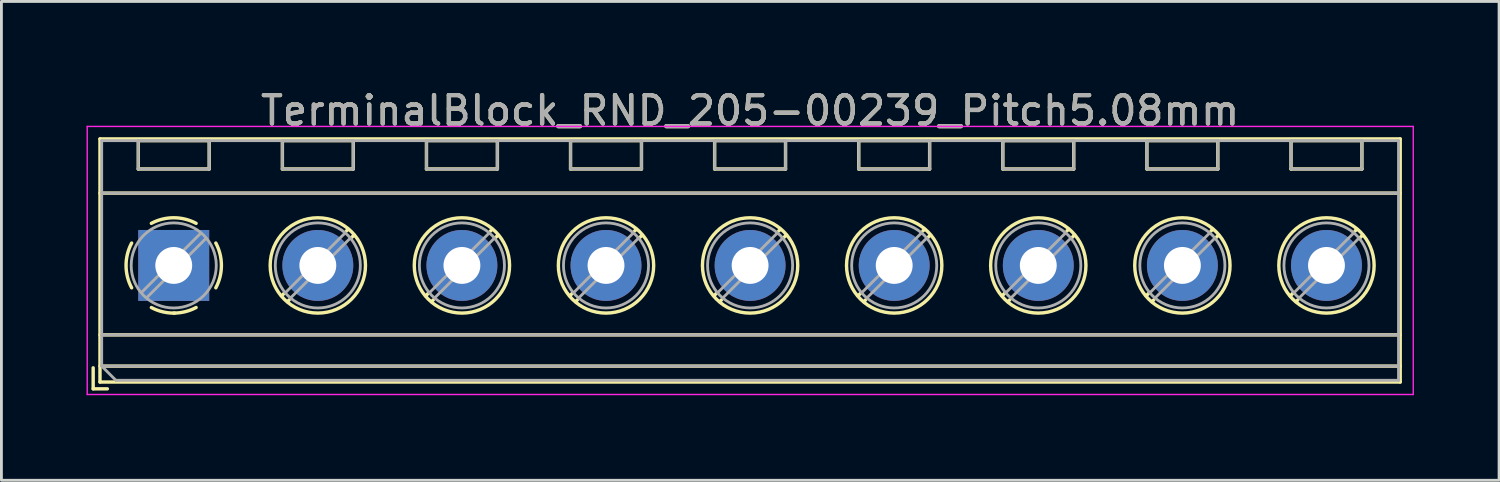
<source format=kicad_pcb>
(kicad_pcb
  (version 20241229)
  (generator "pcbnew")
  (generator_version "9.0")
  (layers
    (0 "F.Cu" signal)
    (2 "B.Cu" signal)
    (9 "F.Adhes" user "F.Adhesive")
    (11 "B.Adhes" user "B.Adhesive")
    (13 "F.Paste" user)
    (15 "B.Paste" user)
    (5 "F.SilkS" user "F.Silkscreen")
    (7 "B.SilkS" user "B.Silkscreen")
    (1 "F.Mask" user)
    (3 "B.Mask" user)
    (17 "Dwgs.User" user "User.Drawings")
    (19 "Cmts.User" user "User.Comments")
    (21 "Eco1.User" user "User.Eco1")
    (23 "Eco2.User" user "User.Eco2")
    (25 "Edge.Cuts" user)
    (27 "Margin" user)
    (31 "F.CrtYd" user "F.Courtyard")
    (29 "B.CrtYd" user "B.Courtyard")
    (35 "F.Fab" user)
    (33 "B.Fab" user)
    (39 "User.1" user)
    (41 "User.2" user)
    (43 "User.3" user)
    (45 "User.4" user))
  (footprint "TerminalBlock_RND_205-00239_Pitch5.08mm"
    (layer "F.Cu")
    (at 3.075 6.308)
    (property "Reference" "TerminalBlock_RND_205-00239_Pitch5.08mm" (at 20.32 -5.46 0) (layer "F.SilkS") (effects (font (size 1 1) (thickness 0.15))))
    (attr through_hole)
    (fp_line (start -2.84 3.61) (end -2.84 4.35) (stroke (width 0.12) (type solid)) (layer "F.SilkS"))
    (fp_line (start -2.84 4.35) (end -2.34 4.35) (stroke (width 0.12) (type solid)) (layer "F.SilkS"))
    (fp_line (start -2.6 -4.46) (end -2.6 4.11) (stroke (width 0.12) (type solid)) (layer "F.SilkS"))
    (fp_line (start -2.6 -2.55) (end 43.24 -2.55) (stroke (width 0.12) (type solid)) (layer "F.SilkS"))
    (fp_line (start -2.6 2.45) (end 43.24 2.45) (stroke (width 0.12) (type solid)) (layer "F.SilkS"))
    (fp_line (start -2.6 3.55) (end 43.24 3.55) (stroke (width 0.12) (type solid)) (layer "F.SilkS"))
    (fp_line (start -2.6 4.11) (end 43.24 4.11) (stroke (width 0.12) (type solid)) (layer "F.SilkS"))
    (fp_line (start -1.25 -4.4) (end -1.25 -3.4) (stroke (width 0.12) (type solid)) (layer "F.SilkS"))
    (fp_line (start -1.25 -4.4) (end 1.25 -4.4) (stroke (width 0.12) (type solid)) (layer "F.SilkS"))
    (fp_line (start -1.25 -3.4) (end 1.25 -3.4) (stroke (width 0.12) (type solid)) (layer "F.SilkS"))
    (fp_line (start 1.25 -4.4) (end 1.25 -3.4) (stroke (width 0.12) (type solid)) (layer "F.SilkS"))
    (fp_line (start 3.83 -4.4) (end 3.83 -3.4) (stroke (width 0.12) (type solid)) (layer "F.SilkS"))
    (fp_line (start 3.83 -4.4) (end 6.33 -4.4) (stroke (width 0.12) (type solid)) (layer "F.SilkS"))
    (fp_line (start 3.83 -3.4) (end 6.33 -3.4) (stroke (width 0.12) (type solid)) (layer "F.SilkS"))
    (fp_line (start 3.9 0.976) (end 3.806 1.069) (stroke (width 0.12) (type solid)) (layer "F.SilkS"))
    (fp_line (start 4.07 1.216) (end 4.011 1.274) (stroke (width 0.12) (type solid)) (layer "F.SilkS"))
    (fp_line (start 6.15 -1.275) (end 6.091 -1.216) (stroke (width 0.12) (type solid)) (layer "F.SilkS"))
    (fp_line (start 6.33 -4.4) (end 6.33 -3.4) (stroke (width 0.12) (type solid)) (layer "F.SilkS"))
    (fp_line (start 6.355 -1.069) (end 6.261 -0.976) (stroke (width 0.12) (type solid)) (layer "F.SilkS"))
    (fp_line (start 8.91 -4.4) (end 8.91 -3.4) (stroke (width 0.12) (type solid)) (layer "F.SilkS"))
    (fp_line (start 8.91 -4.4) (end 11.41 -4.4) (stroke (width 0.12) (type solid)) (layer "F.SilkS"))
    (fp_line (start 8.91 -3.4) (end 11.41 -3.4) (stroke (width 0.12) (type solid)) (layer "F.SilkS"))
    (fp_line (start 8.98 0.976) (end 8.886 1.069) (stroke (width 0.12) (type solid)) (layer "F.SilkS"))
    (fp_line (start 9.15 1.216) (end 9.091 1.274) (stroke (width 0.12) (type solid)) (layer "F.SilkS"))
    (fp_line (start 11.23 -1.275) (end 11.171 -1.216) (stroke (width 0.12) (type solid)) (layer "F.SilkS"))
    (fp_line (start 11.41 -4.4) (end 11.41 -3.4) (stroke (width 0.12) (type solid)) (layer "F.SilkS"))
    (fp_line (start 11.435 -1.069) (end 11.341 -0.976) (stroke (width 0.12) (type solid)) (layer "F.SilkS"))
    (fp_line (start 13.99 -4.4) (end 13.99 -3.4) (stroke (width 0.12) (type solid)) (layer "F.SilkS"))
    (fp_line (start 13.99 -4.4) (end 16.49 -4.4) (stroke (width 0.12) (type solid)) (layer "F.SilkS"))
    (fp_line (start 13.99 -3.4) (end 16.49 -3.4) (stroke (width 0.12) (type solid)) (layer "F.SilkS"))
    (fp_line (start 14.06 0.976) (end 13.966 1.069) (stroke (width 0.12) (type solid)) (layer "F.SilkS"))
    (fp_line (start 14.23 1.216) (end 14.171 1.274) (stroke (width 0.12) (type solid)) (layer "F.SilkS"))
    (fp_line (start 16.31 -1.275) (end 16.251 -1.216) (stroke (width 0.12) (type solid)) (layer "F.SilkS"))
    (fp_line (start 16.49 -4.4) (end 16.49 -3.4) (stroke (width 0.12) (type solid)) (layer "F.SilkS"))
    (fp_line (start 16.515 -1.069) (end 16.421 -0.976) (stroke (width 0.12) (type solid)) (layer "F.SilkS"))
    (fp_line (start 19.07 -4.4) (end 19.07 -3.4) (stroke (width 0.12) (type solid)) (layer "F.SilkS"))
    (fp_line (start 19.07 -4.4) (end 21.57 -4.4) (stroke (width 0.12) (type solid)) (layer "F.SilkS"))
    (fp_line (start 19.07 -3.4) (end 21.57 -3.4) (stroke (width 0.12) (type solid)) (layer "F.SilkS"))
    (fp_line (start 19.14 0.976) (end 19.046 1.069) (stroke (width 0.12) (type solid)) (layer "F.SilkS"))
    (fp_line (start 19.31 1.216) (end 19.251 1.274) (stroke (width 0.12) (type solid)) (layer "F.SilkS"))
    (fp_line (start 21.39 -1.275) (end 21.331 -1.216) (stroke (width 0.12) (type solid)) (layer "F.SilkS"))
    (fp_line (start 21.57 -4.4) (end 21.57 -3.4) (stroke (width 0.12) (type solid)) (layer "F.SilkS"))
    (fp_line (start 21.595 -1.069) (end 21.501 -0.976) (stroke (width 0.12) (type solid)) (layer "F.SilkS"))
    (fp_line (start 24.15 -4.4) (end 24.15 -3.4) (stroke (width 0.12) (type solid)) (layer "F.SilkS"))
    (fp_line (start 24.15 -4.4) (end 26.65 -4.4) (stroke (width 0.12) (type solid)) (layer "F.SilkS"))
    (fp_line (start 24.15 -3.4) (end 26.65 -3.4) (stroke (width 0.12) (type solid)) (layer "F.SilkS"))
    (fp_line (start 24.22 0.976) (end 24.126 1.069) (stroke (width 0.12) (type solid)) (layer "F.SilkS"))
    (fp_line (start 24.39 1.216) (end 24.331 1.274) (stroke (width 0.12) (type solid)) (layer "F.SilkS"))
    (fp_line (start 26.47 -1.275) (end 26.411 -1.216) (stroke (width 0.12) (type solid)) (layer "F.SilkS"))
    (fp_line (start 26.65 -4.4) (end 26.65 -3.4) (stroke (width 0.12) (type solid)) (layer "F.SilkS"))
    (fp_line (start 26.675 -1.069) (end 26.581 -0.976) (stroke (width 0.12) (type solid)) (layer "F.SilkS"))
    (fp_line (start 29.23 -4.4) (end 29.23 -3.4) (stroke (width 0.12) (type solid)) (layer "F.SilkS"))
    (fp_line (start 29.23 -4.4) (end 31.73 -4.4) (stroke (width 0.12) (type solid)) (layer "F.SilkS"))
    (fp_line (start 29.23 -3.4) (end 31.73 -3.4) (stroke (width 0.12) (type solid)) (layer "F.SilkS"))
    (fp_line (start 29.3 0.976) (end 29.206 1.069) (stroke (width 0.12) (type solid)) (layer "F.SilkS"))
    (fp_line (start 29.47 1.216) (end 29.411 1.274) (stroke (width 0.12) (type solid)) (layer "F.SilkS"))
    (fp_line (start 31.55 -1.275) (end 31.491 -1.216) (stroke (width 0.12) (type solid)) (layer "F.SilkS"))
    (fp_line (start 31.73 -4.4) (end 31.73 -3.4) (stroke (width 0.12) (type solid)) (layer "F.SilkS"))
    (fp_line (start 31.755 -1.069) (end 31.661 -0.976) (stroke (width 0.12) (type solid)) (layer "F.SilkS"))
    (fp_line (start 34.31 -4.4) (end 34.31 -3.4) (stroke (width 0.12) (type solid)) (layer "F.SilkS"))
    (fp_line (start 34.31 -4.4) (end 36.81 -4.4) (stroke (width 0.12) (type solid)) (layer "F.SilkS"))
    (fp_line (start 34.31 -3.4) (end 36.81 -3.4) (stroke (width 0.12) (type solid)) (layer "F.SilkS"))
    (fp_line (start 34.38 0.976) (end 34.286 1.069) (stroke (width 0.12) (type solid)) (layer "F.SilkS"))
    (fp_line (start 34.55 1.216) (end 34.491 1.274) (stroke (width 0.12) (type solid)) (layer "F.SilkS"))
    (fp_line (start 36.63 -1.275) (end 36.571 -1.216) (stroke (width 0.12) (type solid)) (layer "F.SilkS"))
    (fp_line (start 36.81 -4.4) (end 36.81 -3.4) (stroke (width 0.12) (type solid)) (layer "F.SilkS"))
    (fp_line (start 36.835 -1.069) (end 36.741 -0.976) (stroke (width 0.12) (type solid)) (layer "F.SilkS"))
    (fp_line (start 39.39 -4.4) (end 39.39 -3.4) (stroke (width 0.12) (type solid)) (layer "F.SilkS"))
    (fp_line (start 39.39 -4.4) (end 41.89 -4.4) (stroke (width 0.12) (type solid)) (layer "F.SilkS"))
    (fp_line (start 39.39 -3.4) (end 41.89 -3.4) (stroke (width 0.12) (type solid)) (layer "F.SilkS"))
    (fp_line (start 39.46 0.976) (end 39.366 1.069) (stroke (width 0.12) (type solid)) (layer "F.SilkS"))
    (fp_line (start 39.63 1.216) (end 39.571 1.274) (stroke (width 0.12) (type solid)) (layer "F.SilkS"))
    (fp_line (start 41.71 -1.275) (end 41.651 -1.216) (stroke (width 0.12) (type solid)) (layer "F.SilkS"))
    (fp_line (start 41.89 -4.4) (end 41.89 -3.4) (stroke (width 0.12) (type solid)) (layer "F.SilkS"))
    (fp_line (start 41.915 -1.069) (end 41.821 -0.976) (stroke (width 0.12) (type solid)) (layer "F.SilkS"))
    (fp_line (start 43.24 -4.46) (end -2.6 -4.46) (stroke (width 0.12) (type solid)) (layer "F.SilkS"))
    (fp_line (start 43.24 4.11) (end 43.24 -4.46) (stroke (width 0.12) (type solid)) (layer "F.SilkS"))
    (fp_arc (start -1.483953 0.789089) (mid -1.680708 0.00005) (end -1.484 -0.789) (stroke (width 0.12) (type solid)) (layer "F.SilkS"))
    (fp_arc (start -0.789089 -1.483953) (mid -0.00005 -1.680708) (end 0.789 -1.484) (stroke (width 0.12) (type solid)) (layer "F.SilkS"))
    (fp_arc (start 0.029383 1.68045) (mid -0.392304 1.634281) (end -0.789 1.484) (stroke (width 0.12) (type solid)) (layer "F.SilkS"))
    (fp_arc (start 0.788712 1.483352) (mid 0.406429 1.630097) (end 0 1.68) (stroke (width 0.12) (type solid)) (layer "F.SilkS"))
    (fp_arc (start 1.483953 -0.789089) (mid 1.680708 -0.00005) (end 1.484 0.789) (stroke (width 0.12) (type solid)) (layer "F.SilkS"))
    (fp_circle (center 5.08 0) (end 6.76 0) (stroke (width 0.12) (type solid)) (fill no) (layer "F.SilkS"))
    (fp_circle (center 10.16 0) (end 11.84 0) (stroke (width 0.12) (type solid)) (fill no) (layer "F.SilkS"))
    (fp_circle (center 15.24 0) (end 16.92 0) (stroke (width 0.12) (type solid)) (fill no) (layer "F.SilkS"))
    (fp_circle (center 20.32 0) (end 22 0) (stroke (width 0.12) (type solid)) (fill no) (layer "F.SilkS"))
    (fp_circle (center 25.4 0) (end 27.08 0) (stroke (width 0.12) (type solid)) (fill no) (layer "F.SilkS"))
    (fp_circle (center 30.48 0) (end 32.16 0) (stroke (width 0.12) (type solid)) (fill no) (layer "F.SilkS"))
    (fp_circle (center 35.56 0) (end 37.24 0) (stroke (width 0.12) (type solid)) (fill no) (layer "F.SilkS"))
    (fp_circle (center 40.64 0) (end 42.32 0) (stroke (width 0.12) (type solid)) (fill no) (layer "F.SilkS"))
    (fp_line (start -3.05 -4.9) (end -3.05 4.55) (stroke (width 0.05) (type solid)) (layer "F.CrtYd"))
    (fp_line (start -3.05 4.55) (end 43.7 4.55) (stroke (width 0.05) (type solid)) (layer "F.CrtYd"))
    (fp_line (start 43.7 -4.9) (end -3.05 -4.9) (stroke (width 0.05) (type solid)) (layer "F.CrtYd"))
    (fp_line (start 43.7 4.55) (end 43.7 -4.9) (stroke (width 0.05) (type solid)) (layer "F.CrtYd"))
    (fp_line (start -2.54 -4.4) (end 43.18 -4.4) (stroke (width 0.1) (type solid)) (layer "F.Fab"))
    (fp_line (start -2.54 -2.55) (end 43.18 -2.55) (stroke (width 0.1) (type solid)) (layer "F.Fab"))
    (fp_line (start -2.54 2.45) (end 43.18 2.45) (stroke (width 0.1) (type solid)) (layer "F.Fab"))
    (fp_line (start -2.54 3.55) (end -2.54 -4.4) (stroke (width 0.1) (type solid)) (layer "F.Fab"))
    (fp_line (start -2.54 3.55) (end 43.18 3.55) (stroke (width 0.1) (type solid)) (layer "F.Fab"))
    (fp_line (start -2.04 4.05) (end -2.54 3.55) (stroke (width 0.1) (type solid)) (layer "F.Fab"))
    (fp_line (start -1.25 -4.4) (end -1.25 -3.4) (stroke (width 0.1) (type solid)) (layer "F.Fab"))
    (fp_line (start -1.25 -3.4) (end 1.25 -3.4) (stroke (width 0.1) (type solid)) (layer "F.Fab"))
    (fp_line (start 0.955 -1.138) (end -1.138 0.955) (stroke (width 0.1) (type solid)) (layer "F.Fab"))
    (fp_line (start 1.138 -0.955) (end -0.955 1.138) (stroke (width 0.1) (type solid)) (layer "F.Fab"))
    (fp_line (start 1.25 -4.4) (end -1.25 -4.4) (stroke (width 0.1) (type solid)) (layer "F.Fab"))
    (fp_line (start 1.25 -3.4) (end 1.25 -4.4) (stroke (width 0.1) (type solid)) (layer "F.Fab"))
    (fp_line (start 3.83 -4.4) (end 3.83 -3.4) (stroke (width 0.1) (type solid)) (layer "F.Fab"))
    (fp_line (start 3.83 -3.4) (end 6.33 -3.4) (stroke (width 0.1) (type solid)) (layer "F.Fab"))
    (fp_line (start 6.035 -1.138) (end 3.943 0.955) (stroke (width 0.1) (type solid)) (layer "F.Fab"))
    (fp_line (start 6.218 -0.955) (end 4.126 1.138) (stroke (width 0.1) (type solid)) (layer "F.Fab"))
    (fp_line (start 6.33 -4.4) (end 3.83 -4.4) (stroke (width 0.1) (type solid)) (layer "F.Fab"))
    (fp_line (start 6.33 -3.4) (end 6.33 -4.4) (stroke (width 0.1) (type solid)) (layer "F.Fab"))
    (fp_line (start 8.91 -4.4) (end 8.91 -3.4) (stroke (width 0.1) (type solid)) (layer "F.Fab"))
    (fp_line (start 8.91 -3.4) (end 11.41 -3.4) (stroke (width 0.1) (type solid)) (layer "F.Fab"))
    (fp_line (start 11.115 -1.138) (end 9.023 0.955) (stroke (width 0.1) (type solid)) (layer "F.Fab"))
    (fp_line (start 11.298 -0.955) (end 9.206 1.138) (stroke (width 0.1) (type solid)) (layer "F.Fab"))
    (fp_line (start 11.41 -4.4) (end 8.91 -4.4) (stroke (width 0.1) (type solid)) (layer "F.Fab"))
    (fp_line (start 11.41 -3.4) (end 11.41 -4.4) (stroke (width 0.1) (type solid)) (layer "F.Fab"))
    (fp_line (start 13.99 -4.4) (end 13.99 -3.4) (stroke (width 0.1) (type solid)) (layer "F.Fab"))
    (fp_line (start 13.99 -3.4) (end 16.49 -3.4) (stroke (width 0.1) (type solid)) (layer "F.Fab"))
    (fp_line (start 16.195 -1.138) (end 14.103 0.955) (stroke (width 0.1) (type solid)) (layer "F.Fab"))
    (fp_line (start 16.378 -0.955) (end 14.286 1.138) (stroke (width 0.1) (type solid)) (layer "F.Fab"))
    (fp_line (start 16.49 -4.4) (end 13.99 -4.4) (stroke (width 0.1) (type solid)) (layer "F.Fab"))
    (fp_line (start 16.49 -3.4) (end 16.49 -4.4) (stroke (width 0.1) (type solid)) (layer "F.Fab"))
    (fp_line (start 19.07 -4.4) (end 19.07 -3.4) (stroke (width 0.1) (type solid)) (layer "F.Fab"))
    (fp_line (start 19.07 -3.4) (end 21.57 -3.4) (stroke (width 0.1) (type solid)) (layer "F.Fab"))
    (fp_line (start 21.275 -1.138) (end 19.183 0.955) (stroke (width 0.1) (type solid)) (layer "F.Fab"))
    (fp_line (start 21.458 -0.955) (end 19.366 1.138) (stroke (width 0.1) (type solid)) (layer "F.Fab"))
    (fp_line (start 21.57 -4.4) (end 19.07 -4.4) (stroke (width 0.1) (type solid)) (layer "F.Fab"))
    (fp_line (start 21.57 -3.4) (end 21.57 -4.4) (stroke (width 0.1) (type solid)) (layer "F.Fab"))
    (fp_line (start 24.15 -4.4) (end 24.15 -3.4) (stroke (width 0.1) (type solid)) (layer "F.Fab"))
    (fp_line (start 24.15 -3.4) (end 26.65 -3.4) (stroke (width 0.1) (type solid)) (layer "F.Fab"))
    (fp_line (start 26.355 -1.138) (end 24.263 0.955) (stroke (width 0.1) (type solid)) (layer "F.Fab"))
    (fp_line (start 26.538 -0.955) (end 24.446 1.138) (stroke (width 0.1) (type solid)) (layer "F.Fab"))
    (fp_line (start 26.65 -4.4) (end 24.15 -4.4) (stroke (width 0.1) (type solid)) (layer "F.Fab"))
    (fp_line (start 26.65 -3.4) (end 26.65 -4.4) (stroke (width 0.1) (type solid)) (layer "F.Fab"))
    (fp_line (start 29.23 -4.4) (end 29.23 -3.4) (stroke (width 0.1) (type solid)) (layer "F.Fab"))
    (fp_line (start 29.23 -3.4) (end 31.73 -3.4) (stroke (width 0.1) (type solid)) (layer "F.Fab"))
    (fp_line (start 31.435 -1.138) (end 29.343 0.955) (stroke (width 0.1) (type solid)) (layer "F.Fab"))
    (fp_line (start 31.618 -0.955) (end 29.526 1.138) (stroke (width 0.1) (type solid)) (layer "F.Fab"))
    (fp_line (start 31.73 -4.4) (end 29.23 -4.4) (stroke (width 0.1) (type solid)) (layer "F.Fab"))
    (fp_line (start 31.73 -3.4) (end 31.73 -4.4) (stroke (width 0.1) (type solid)) (layer "F.Fab"))
    (fp_line (start 34.31 -4.4) (end 34.31 -3.4) (stroke (width 0.1) (type solid)) (layer "F.Fab"))
    (fp_line (start 34.31 -3.4) (end 36.81 -3.4) (stroke (width 0.1) (type solid)) (layer "F.Fab"))
    (fp_line (start 36.515 -1.138) (end 34.423 0.955) (stroke (width 0.1) (type solid)) (layer "F.Fab"))
    (fp_line (start 36.698 -0.955) (end 34.606 1.138) (stroke (width 0.1) (type solid)) (layer "F.Fab"))
    (fp_line (start 36.81 -4.4) (end 34.31 -4.4) (stroke (width 0.1) (type solid)) (layer "F.Fab"))
    (fp_line (start 36.81 -3.4) (end 36.81 -4.4) (stroke (width 0.1) (type solid)) (layer "F.Fab"))
    (fp_line (start 39.39 -4.4) (end 39.39 -3.4) (stroke (width 0.1) (type solid)) (layer "F.Fab"))
    (fp_line (start 39.39 -3.4) (end 41.89 -3.4) (stroke (width 0.1) (type solid)) (layer "F.Fab"))
    (fp_line (start 41.595 -1.138) (end 39.503 0.955) (stroke (width 0.1) (type solid)) (layer "F.Fab"))
    (fp_line (start 41.778 -0.955) (end 39.686 1.138) (stroke (width 0.1) (type solid)) (layer "F.Fab"))
    (fp_line (start 41.89 -4.4) (end 39.39 -4.4) (stroke (width 0.1) (type solid)) (layer "F.Fab"))
    (fp_line (start 41.89 -3.4) (end 41.89 -4.4) (stroke (width 0.1) (type solid)) (layer "F.Fab"))
    (fp_line (start 43.18 -4.4) (end 43.18 4.05) (stroke (width 0.1) (type solid)) (layer "F.Fab"))
    (fp_line (start 43.18 4.05) (end -2.04 4.05) (stroke (width 0.1) (type solid)) (layer "F.Fab"))
    (fp_circle (center 0 0) (end 1.5 0) (stroke (width 0.1) (type solid)) (fill no) (layer "F.Fab"))
    (fp_circle (center 5.08 0) (end 6.58 0) (stroke (width 0.1) (type solid)) (fill no) (layer "F.Fab"))
    (fp_circle (center 10.16 0) (end 11.66 0) (stroke (width 0.1) (type solid)) (fill no) (layer "F.Fab"))
    (fp_circle (center 15.24 0) (end 16.74 0) (stroke (width 0.1) (type solid)) (fill no) (layer "F.Fab"))
    (fp_circle (center 20.32 0) (end 21.82 0) (stroke (width 0.1) (type solid)) (fill no) (layer "F.Fab"))
    (fp_circle (center 25.4 0) (end 26.9 0) (stroke (width 0.1) (type solid)) (fill no) (layer "F.Fab"))
    (fp_circle (center 30.48 0) (end 31.98 0) (stroke (width 0.1) (type solid)) (fill no) (layer "F.Fab"))
    (fp_circle (center 35.56 0) (end 37.06 0) (stroke (width 0.1) (type solid)) (fill no) (layer "F.Fab"))
    (fp_circle (center 40.64 0) (end 42.14 0) (stroke (width 0.1) (type solid)) (fill no) (layer "F.Fab"))
    (fp_text user "${REFERENCE}" (at 20.32 -5.46 0) (layer "F.Fab") (effects (font (size 1 1) (thickness 0.15))))
    (pad "1" thru_hole rect (at 0 0) (size 2.5 2.5) (drill 1.3) (layers "*.Cu" "*.Mask"))
    (pad "2" thru_hole circle (at 5.08 0) (size 2.5 2.5) (drill 1.3) (layers "*.Cu" "*.Mask"))
    (pad "3" thru_hole circle (at 10.16 0) (size 2.5 2.5) (drill 1.3) (layers "*.Cu" "*.Mask"))
    (pad "4" thru_hole circle (at 15.24 0) (size 2.5 2.5) (drill 1.3) (layers "*.Cu" "*.Mask"))
    (pad "5" thru_hole circle (at 20.32 0) (size 2.5 2.5) (drill 1.3) (layers "*.Cu" "*.Mask"))
    (pad "6" thru_hole circle (at 25.4 0) (size 2.5 2.5) (drill 1.3) (layers "*.Cu" "*.Mask"))
    (pad "7" thru_hole circle (at 30.48 0) (size 2.5 2.5) (drill 1.3) (layers "*.Cu" "*.Mask"))
    (pad "8" thru_hole circle (at 35.56 0) (size 2.5 2.5) (drill 1.3) (layers "*.Cu" "*.Mask"))
    (pad "9" thru_hole circle (at 40.64 0) (size 2.5 2.5) (drill 1.3) (layers "*.Cu" "*.Mask")))
  (gr_rect
    (start -3 -3)
    (end 49.8 13.883)
    (stroke (width 0.1) (type default))
    (fill no)
    (layer "Edge.Cuts")))
</source>
